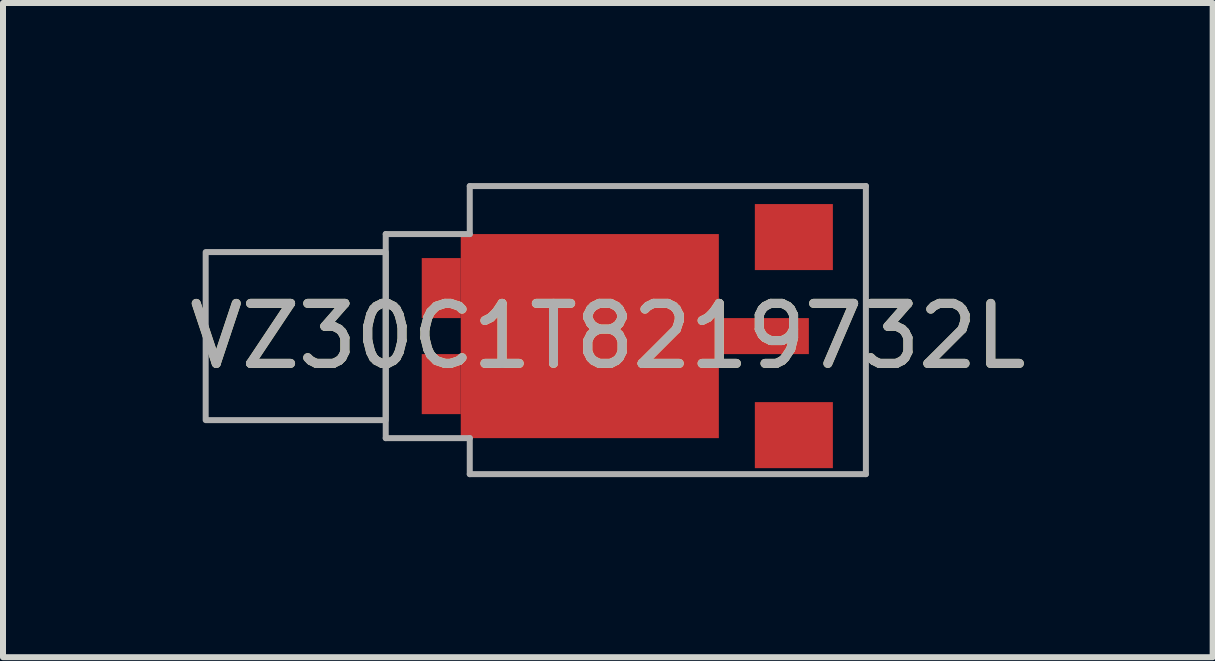
<source format=kicad_pcb>
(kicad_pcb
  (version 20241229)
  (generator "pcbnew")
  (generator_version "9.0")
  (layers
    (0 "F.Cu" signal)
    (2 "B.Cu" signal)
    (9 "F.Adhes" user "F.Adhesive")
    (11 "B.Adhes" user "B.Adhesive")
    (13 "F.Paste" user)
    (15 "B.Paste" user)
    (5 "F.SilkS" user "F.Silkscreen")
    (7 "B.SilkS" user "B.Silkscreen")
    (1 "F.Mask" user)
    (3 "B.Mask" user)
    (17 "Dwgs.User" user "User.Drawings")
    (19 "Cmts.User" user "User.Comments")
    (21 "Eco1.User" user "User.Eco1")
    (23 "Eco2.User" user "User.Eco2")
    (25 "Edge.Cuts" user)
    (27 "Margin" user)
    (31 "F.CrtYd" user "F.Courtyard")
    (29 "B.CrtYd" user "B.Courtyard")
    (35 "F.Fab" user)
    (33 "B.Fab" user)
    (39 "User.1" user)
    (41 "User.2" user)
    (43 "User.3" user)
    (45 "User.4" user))
  (footprint "VZ30C1T8219732L"
    (layer "F.Cu")
    (at 7.077 2.55)
    (property "Reference" "VZ30C1T8219732L" (at 0 0 0) (unlocked yes) (layer "F.SilkS") (effects (font (size 1 1) (thickness 0.15))))
    (attr smd)
    (fp_line (start -3.7 -1.7) (end -3.7 1.7) (stroke (width 0.1) (type default)) (layer "F.Fab"))
    (fp_line (start -3.7 1.7) (end -2.3 1.7) (stroke (width 0.1) (type default)) (layer "F.Fab"))
    (fp_line (start -2.3 -2.5) (end -2.3 -1.7) (stroke (width 0.1) (type default)) (layer "F.Fab"))
    (fp_line (start -2.3 -1.7) (end -3.7 -1.7) (stroke (width 0.1) (type default)) (layer "F.Fab"))
    (fp_line (start -2.3 1.7) (end -2.3 2.3) (stroke (width 0.1) (type default)) (layer "F.Fab"))
    (fp_line (start -2.3 2.3) (end 4.3 2.3) (stroke (width 0.1) (type default)) (layer "F.Fab"))
    (fp_line (start 4.3 -2.5) (end -2.3 -2.5) (stroke (width 0.1) (type default)) (layer "F.Fab"))
    (fp_line (start 4.3 -2.5) (end 4.3 2.3) (stroke (width 0.1) (type default)) (layer "F.Fab"))
    (fp_rect (start -6.7 -1.4) (end -3.7 1.4) (stroke (width 0.1) (type default)) (fill no) (layer "F.Fab"))
    (fp_text user "${REFERENCE}" (at 0 0 0) (unlocked yes) (layer "F.Fab") (effects (font (size 1 1) (thickness 0.15))))
    (pad "1" smd rect (at 3.1 1.65) (size 1.3 1.1) (layers "F.Cu" "F.Mask" "F.Paste"))
    (pad "2" smd rect (at 3.1 -1.65) (size 1.3 1.1) (layers "F.Cu" "F.Mask" "F.Paste"))
    (pad "3" smd rect (at -2.775 -0.8) (size 0.65 1) (layers "F.Cu" "F.Mask" "F.Paste"))
    (pad "3" smd rect (at -2.775 0.8) (size 0.65 1) (layers "F.Cu" "F.Mask" "F.Paste"))
    (pad "3" smd rect (at -0.3 0) (size 4.3 3.4) (layers "F.Cu" "F.Mask" "F.Paste"))
    (pad "3" smd rect (at 2.6 0) (size 1.5 0.6) (layers "F.Cu" "F.Mask" "F.Paste")))
  (gr_rect
    (start -3 -3)
    (end 17.155 7.9)
    (stroke (width 0.1) (type default))
    (fill no)
    (layer "Edge.Cuts")))
</source>
